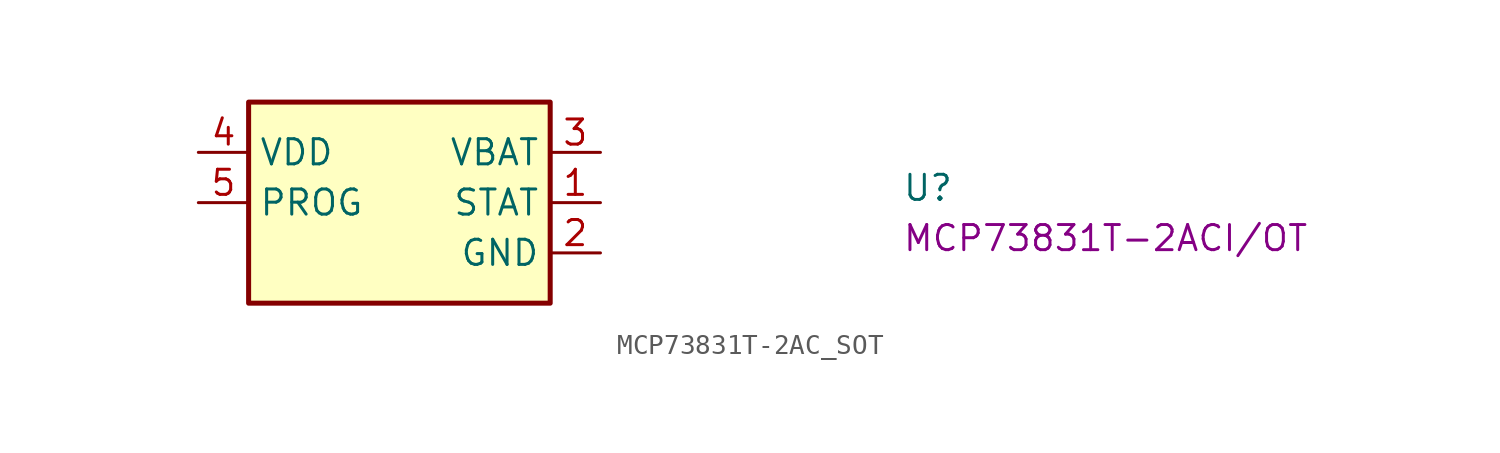
<source format=kicad_sym>
(kicad_symbol_lib
  (version 20220914)
  (generator kicad_symbol_editor)
  (symbol "MCP73831T-2AC_SOT"
    (property "Reference" "U"
      (at 35.56 -2.54 0)
      (effects (font (size 1.27 1.27) (thickness 0.15)) (justify left bottom)))
    (property "MPN" "MCP73831T-2ACI/OT"
      (at 35.56 -5.08 0)
      (effects (font (size 1.27 1.27) (thickness 0.15)) (justify left bottom)))
    (symbol "MCP73831T-2AC_SOT_1_1"
      (rectangle (start 17.78 2.54) (end 2.54 -7.62) (stroke (width 0.254) (type default)) (fill (type background)))
      (pin output line (at 20.32 -2.54 180) (length 2.54) (name "STAT" (effects (font (size 1.27 1.27)))) (number "1" (effects (font (size 1.27 1.27)))))
      (pin power_in line (at 20.32 -5.08 180) (length 2.54) (name "GND" (effects (font (size 1.27 1.27)))) (number "2" (effects (font (size 1.27 1.27)))))
      (pin power_out line (at 20.32 0 180) (length 2.54) (name "VBAT" (effects (font (size 1.27 1.27)))) (number "3" (effects (font (size 1.27 1.27)))))
      (pin power_in line (at 0 0 0) (length 2.54) (name "VDD" (effects (font (size 1.27 1.27)))) (number "4" (effects (font (size 1.27 1.27)))))
      (pin input line (at 0 -2.54 0) (length 2.54) (name "PROG" (effects (font (size 1.27 1.27)))) (number "5" (effects (font (size 1.27 1.27))))))))
</source>
